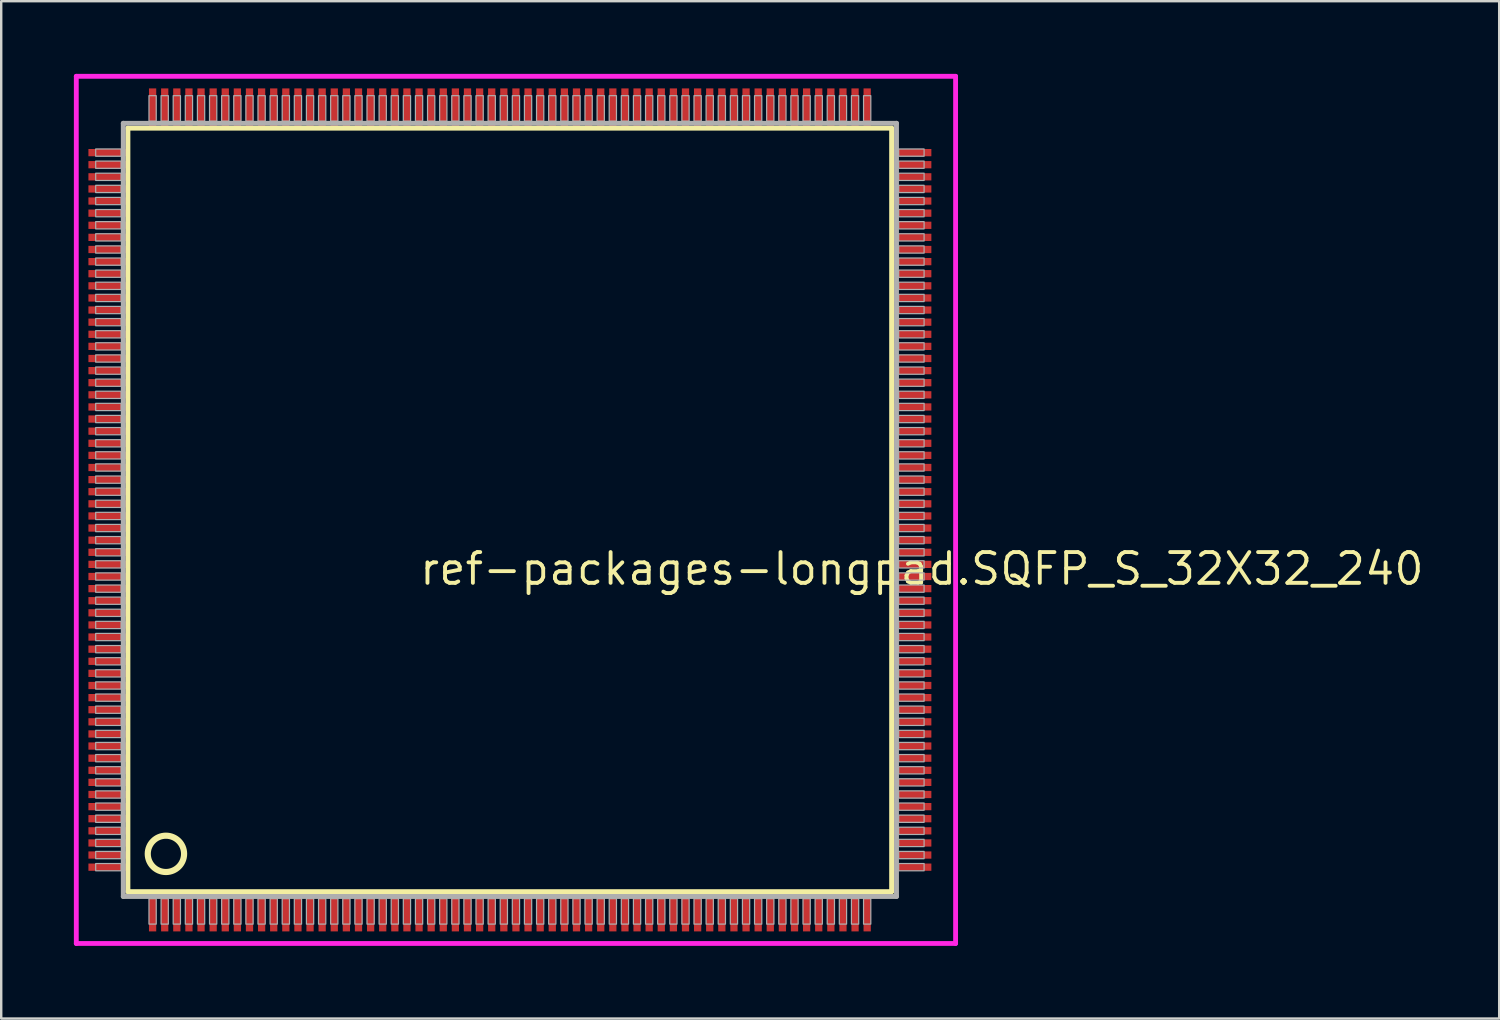
<source format=kicad_pcb>
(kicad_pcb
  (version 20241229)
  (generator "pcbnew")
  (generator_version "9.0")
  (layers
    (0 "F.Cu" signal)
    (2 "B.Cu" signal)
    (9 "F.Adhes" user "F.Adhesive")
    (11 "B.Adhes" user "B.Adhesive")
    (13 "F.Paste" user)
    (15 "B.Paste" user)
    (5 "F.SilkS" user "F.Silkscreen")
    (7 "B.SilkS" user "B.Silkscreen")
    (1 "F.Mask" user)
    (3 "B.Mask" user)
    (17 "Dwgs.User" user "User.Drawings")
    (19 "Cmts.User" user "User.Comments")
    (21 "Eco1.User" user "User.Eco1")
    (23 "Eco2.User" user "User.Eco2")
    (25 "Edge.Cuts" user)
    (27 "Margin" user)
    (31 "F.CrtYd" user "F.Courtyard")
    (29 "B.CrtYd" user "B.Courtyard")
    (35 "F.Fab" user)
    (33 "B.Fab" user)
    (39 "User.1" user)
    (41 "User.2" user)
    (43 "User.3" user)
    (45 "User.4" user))
  (footprint "ref-packages-longpad.SQFP_S_32X32_240"
    (layer "F.Cu")
    (at 18 18)
    (property "Reference" "ref-packages-longpad.SQFP_S_32X32_240" (at -3.81 3.175 0) (layer "F.SilkS") (effects (font (size 1.27 1.27) (thickness 0.16)) (justify left bottom)))
    (attr smd)
    (fp_line (start -15.77 -15.76) (end 15.76 -15.76) (stroke (width 0.203) (type default)) (layer "F.SilkS"))
    (fp_line (start -15.77 15.76) (end -15.77 -15.76) (stroke (width 0.203) (type default)) (layer "F.SilkS"))
    (fp_line (start 15.76 -15.76) (end 15.76 15.76) (stroke (width 0.203) (type default)) (layer "F.SilkS"))
    (fp_line (start 15.76 15.76) (end -15.77 15.76) (stroke (width 0.203) (type default)) (layer "F.SilkS"))
    (fp_circle (center -14.2 14.2) (end -13.45 14.2) (stroke (width 0.254) (type default)) (fill no) (layer "F.SilkS"))
    (fp_line (start -17.9 -17.9) (end 18.4 -17.9) (stroke (width 0.2) (type default)) (layer "F.CrtYd"))
    (fp_line (start -17.9 17.9) (end -17.9 -17.9) (stroke (width 0.2) (type default)) (layer "F.CrtYd"))
    (fp_line (start 18.4 -17.9) (end 18.4 17.9) (stroke (width 0.2) (type default)) (layer "F.CrtYd"))
    (fp_line (start 18.4 17.9) (end -17.9 17.9) (stroke (width 0.2) (type default)) (layer "F.CrtYd"))
    (fp_line (start -15.96 -15.96) (end -15.96 15.96) (stroke (width 0.203) (type default)) (layer "F.Fab"))
    (fp_line (start -15.96 15.96) (end 15.96 15.96) (stroke (width 0.203) (type default)) (layer "F.Fab"))
    (fp_line (start 15.96 -15.96) (end -15.96 -15.96) (stroke (width 0.203) (type default)) (layer "F.Fab"))
    (fp_line (start 15.96 15.96) (end 15.96 -15.96) (stroke (width 0.203) (type default)) (layer "F.Fab"))
    (fp_rect (start -17.1 -14.6) (end -16.05 -14.9) (stroke (width 0.05) (type default)) (fill no) (layer "F.Fab"))
    (fp_rect (start -17.1 -14.1) (end -16.05 -14.4) (stroke (width 0.05) (type default)) (fill no) (layer "F.Fab"))
    (fp_rect (start -17.1 -13.6) (end -16.05 -13.9) (stroke (width 0.05) (type default)) (fill no) (layer "F.Fab"))
    (fp_rect (start -17.1 -13.1) (end -16.05 -13.4) (stroke (width 0.05) (type default)) (fill no) (layer "F.Fab"))
    (fp_rect (start -17.1 -12.6) (end -16.05 -12.9) (stroke (width 0.05) (type default)) (fill no) (layer "F.Fab"))
    (fp_rect (start -17.1 -12.1) (end -16.05 -12.4) (stroke (width 0.05) (type default)) (fill no) (layer "F.Fab"))
    (fp_rect (start -17.1 -11.6) (end -16.05 -11.9) (stroke (width 0.05) (type default)) (fill no) (layer "F.Fab"))
    (fp_rect (start -17.1 -11.1) (end -16.05 -11.4) (stroke (width 0.05) (type default)) (fill no) (layer "F.Fab"))
    (fp_rect (start -17.1 -10.6) (end -16.05 -10.9) (stroke (width 0.05) (type default)) (fill no) (layer "F.Fab"))
    (fp_rect (start -17.1 -10.1) (end -16.05 -10.4) (stroke (width 0.05) (type default)) (fill no) (layer "F.Fab"))
    (fp_rect (start -17.1 -9.6) (end -16.05 -9.9) (stroke (width 0.05) (type default)) (fill no) (layer "F.Fab"))
    (fp_rect (start -17.1 -9.1) (end -16.05 -9.4) (stroke (width 0.05) (type default)) (fill no) (layer "F.Fab"))
    (fp_rect (start -17.1 -8.6) (end -16.05 -8.9) (stroke (width 0.05) (type default)) (fill no) (layer "F.Fab"))
    (fp_rect (start -17.1 -8.1) (end -16.05 -8.4) (stroke (width 0.05) (type default)) (fill no) (layer "F.Fab"))
    (fp_rect (start -17.1 -7.6) (end -16.05 -7.9) (stroke (width 0.05) (type default)) (fill no) (layer "F.Fab"))
    (fp_rect (start -17.1 -7.1) (end -16.05 -7.4) (stroke (width 0.05) (type default)) (fill no) (layer "F.Fab"))
    (fp_rect (start -17.1 -6.6) (end -16.05 -6.9) (stroke (width 0.05) (type default)) (fill no) (layer "F.Fab"))
    (fp_rect (start -17.1 -6.1) (end -16.05 -6.4) (stroke (width 0.05) (type default)) (fill no) (layer "F.Fab"))
    (fp_rect (start -17.1 -5.6) (end -16.05 -5.9) (stroke (width 0.05) (type default)) (fill no) (layer "F.Fab"))
    (fp_rect (start -17.1 -5.1) (end -16.05 -5.4) (stroke (width 0.05) (type default)) (fill no) (layer "F.Fab"))
    (fp_rect (start -17.1 -4.6) (end -16.05 -4.9) (stroke (width 0.05) (type default)) (fill no) (layer "F.Fab"))
    (fp_rect (start -17.1 -4.1) (end -16.05 -4.4) (stroke (width 0.05) (type default)) (fill no) (layer "F.Fab"))
    (fp_rect (start -17.1 -3.6) (end -16.05 -3.9) (stroke (width 0.05) (type default)) (fill no) (layer "F.Fab"))
    (fp_rect (start -17.1 -3.1) (end -16.05 -3.4) (stroke (width 0.05) (type default)) (fill no) (layer "F.Fab"))
    (fp_rect (start -17.1 -2.6) (end -16.05 -2.9) (stroke (width 0.05) (type default)) (fill no) (layer "F.Fab"))
    (fp_rect (start -17.1 -2.1) (end -16.05 -2.4) (stroke (width 0.05) (type default)) (fill no) (layer "F.Fab"))
    (fp_rect (start -17.1 -1.6) (end -16.05 -1.9) (stroke (width 0.05) (type default)) (fill no) (layer "F.Fab"))
    (fp_rect (start -17.1 -1.1) (end -16.05 -1.4) (stroke (width 0.05) (type default)) (fill no) (layer "F.Fab"))
    (fp_rect (start -17.1 -0.6) (end -16.05 -0.9) (stroke (width 0.05) (type default)) (fill no) (layer "F.Fab"))
    (fp_rect (start -17.1 -0.1) (end -16.05 -0.4) (stroke (width 0.05) (type default)) (fill no) (layer "F.Fab"))
    (fp_rect (start -17.1 0.4) (end -16.05 0.1) (stroke (width 0.05) (type default)) (fill no) (layer "F.Fab"))
    (fp_rect (start -17.1 0.9) (end -16.05 0.6) (stroke (width 0.05) (type default)) (fill no) (layer "F.Fab"))
    (fp_rect (start -17.1 1.4) (end -16.05 1.1) (stroke (width 0.05) (type default)) (fill no) (layer "F.Fab"))
    (fp_rect (start -17.1 1.9) (end -16.05 1.6) (stroke (width 0.05) (type default)) (fill no) (layer "F.Fab"))
    (fp_rect (start -17.1 2.4) (end -16.05 2.1) (stroke (width 0.05) (type default)) (fill no) (layer "F.Fab"))
    (fp_rect (start -17.1 2.9) (end -16.05 2.6) (stroke (width 0.05) (type default)) (fill no) (layer "F.Fab"))
    (fp_rect (start -17.1 3.4) (end -16.05 3.1) (stroke (width 0.05) (type default)) (fill no) (layer "F.Fab"))
    (fp_rect (start -17.1 3.9) (end -16.05 3.6) (stroke (width 0.05) (type default)) (fill no) (layer "F.Fab"))
    (fp_rect (start -17.1 4.4) (end -16.05 4.1) (stroke (width 0.05) (type default)) (fill no) (layer "F.Fab"))
    (fp_rect (start -17.1 4.9) (end -16.05 4.6) (stroke (width 0.05) (type default)) (fill no) (layer "F.Fab"))
    (fp_rect (start -17.1 5.4) (end -16.05 5.1) (stroke (width 0.05) (type default)) (fill no) (layer "F.Fab"))
    (fp_rect (start -17.1 5.9) (end -16.05 5.6) (stroke (width 0.05) (type default)) (fill no) (layer "F.Fab"))
    (fp_rect (start -17.1 6.4) (end -16.05 6.1) (stroke (width 0.05) (type default)) (fill no) (layer "F.Fab"))
    (fp_rect (start -17.1 6.9) (end -16.05 6.6) (stroke (width 0.05) (type default)) (fill no) (layer "F.Fab"))
    (fp_rect (start -17.1 7.4) (end -16.05 7.1) (stroke (width 0.05) (type default)) (fill no) (layer "F.Fab"))
    (fp_rect (start -17.1 7.9) (end -16.05 7.6) (stroke (width 0.05) (type default)) (fill no) (layer "F.Fab"))
    (fp_rect (start -17.1 8.4) (end -16.05 8.1) (stroke (width 0.05) (type default)) (fill no) (layer "F.Fab"))
    (fp_rect (start -17.1 8.9) (end -16.05 8.6) (stroke (width 0.05) (type default)) (fill no) (layer "F.Fab"))
    (fp_rect (start -17.1 9.4) (end -16.05 9.1) (stroke (width 0.05) (type default)) (fill no) (layer "F.Fab"))
    (fp_rect (start -17.1 9.9) (end -16.05 9.6) (stroke (width 0.05) (type default)) (fill no) (layer "F.Fab"))
    (fp_rect (start -17.1 10.4) (end -16.05 10.1) (stroke (width 0.05) (type default)) (fill no) (layer "F.Fab"))
    (fp_rect (start -17.1 10.9) (end -16.05 10.6) (stroke (width 0.05) (type default)) (fill no) (layer "F.Fab"))
    (fp_rect (start -17.1 11.4) (end -16.05 11.1) (stroke (width 0.05) (type default)) (fill no) (layer "F.Fab"))
    (fp_rect (start -17.1 11.9) (end -16.05 11.6) (stroke (width 0.05) (type default)) (fill no) (layer "F.Fab"))
    (fp_rect (start -17.1 12.4) (end -16.05 12.1) (stroke (width 0.05) (type default)) (fill no) (layer "F.Fab"))
    (fp_rect (start -17.1 12.9) (end -16.05 12.6) (stroke (width 0.05) (type default)) (fill no) (layer "F.Fab"))
    (fp_rect (start -17.1 13.4) (end -16.05 13.1) (stroke (width 0.05) (type default)) (fill no) (layer "F.Fab"))
    (fp_rect (start -17.1 13.9) (end -16.05 13.6) (stroke (width 0.05) (type default)) (fill no) (layer "F.Fab"))
    (fp_rect (start -17.1 14.4) (end -16.05 14.1) (stroke (width 0.05) (type default)) (fill no) (layer "F.Fab"))
    (fp_rect (start -17.1 14.9) (end -16.05 14.6) (stroke (width 0.05) (type default)) (fill no) (layer "F.Fab"))
    (fp_rect (start -14.9 -16.05) (end -14.6 -17.1) (stroke (width 0.05) (type default)) (fill no) (layer "F.Fab"))
    (fp_rect (start -14.9 17.1) (end -14.6 16.05) (stroke (width 0.05) (type default)) (fill no) (layer "F.Fab"))
    (fp_rect (start -14.4 -16.05) (end -14.1 -17.1) (stroke (width 0.05) (type default)) (fill no) (layer "F.Fab"))
    (fp_rect (start -14.4 17.1) (end -14.1 16.05) (stroke (width 0.05) (type default)) (fill no) (layer "F.Fab"))
    (fp_rect (start -13.9 -16.05) (end -13.6 -17.1) (stroke (width 0.05) (type default)) (fill no) (layer "F.Fab"))
    (fp_rect (start -13.9 17.1) (end -13.6 16.05) (stroke (width 0.05) (type default)) (fill no) (layer "F.Fab"))
    (fp_rect (start -13.4 -16.05) (end -13.1 -17.1) (stroke (width 0.05) (type default)) (fill no) (layer "F.Fab"))
    (fp_rect (start -13.4 17.1) (end -13.1 16.05) (stroke (width 0.05) (type default)) (fill no) (layer "F.Fab"))
    (fp_rect (start -12.9 -16.05) (end -12.6 -17.1) (stroke (width 0.05) (type default)) (fill no) (layer "F.Fab"))
    (fp_rect (start -12.9 17.1) (end -12.6 16.05) (stroke (width 0.05) (type default)) (fill no) (layer "F.Fab"))
    (fp_rect (start -12.4 -16.05) (end -12.1 -17.1) (stroke (width 0.05) (type default)) (fill no) (layer "F.Fab"))
    (fp_rect (start -12.4 17.1) (end -12.1 16.05) (stroke (width 0.05) (type default)) (fill no) (layer "F.Fab"))
    (fp_rect (start -11.9 -16.05) (end -11.6 -17.1) (stroke (width 0.05) (type default)) (fill no) (layer "F.Fab"))
    (fp_rect (start -11.9 17.1) (end -11.6 16.05) (stroke (width 0.05) (type default)) (fill no) (layer "F.Fab"))
    (fp_rect (start -11.4 -16.05) (end -11.1 -17.1) (stroke (width 0.05) (type default)) (fill no) (layer "F.Fab"))
    (fp_rect (start -11.4 17.1) (end -11.1 16.05) (stroke (width 0.05) (type default)) (fill no) (layer "F.Fab"))
    (fp_rect (start -10.9 -16.05) (end -10.6 -17.1) (stroke (width 0.05) (type default)) (fill no) (layer "F.Fab"))
    (fp_rect (start -10.9 17.1) (end -10.6 16.05) (stroke (width 0.05) (type default)) (fill no) (layer "F.Fab"))
    (fp_rect (start -10.4 -16.05) (end -10.1 -17.1) (stroke (width 0.05) (type default)) (fill no) (layer "F.Fab"))
    (fp_rect (start -10.4 17.1) (end -10.1 16.05) (stroke (width 0.05) (type default)) (fill no) (layer "F.Fab"))
    (fp_rect (start -9.9 -16.05) (end -9.6 -17.1) (stroke (width 0.05) (type default)) (fill no) (layer "F.Fab"))
    (fp_rect (start -9.9 17.1) (end -9.6 16.05) (stroke (width 0.05) (type default)) (fill no) (layer "F.Fab"))
    (fp_rect (start -9.4 -16.05) (end -9.1 -17.1) (stroke (width 0.05) (type default)) (fill no) (layer "F.Fab"))
    (fp_rect (start -9.4 17.1) (end -9.1 16.05) (stroke (width 0.05) (type default)) (fill no) (layer "F.Fab"))
    (fp_rect (start -8.9 -16.05) (end -8.6 -17.1) (stroke (width 0.05) (type default)) (fill no) (layer "F.Fab"))
    (fp_rect (start -8.9 17.1) (end -8.6 16.05) (stroke (width 0.05) (type default)) (fill no) (layer "F.Fab"))
    (fp_rect (start -8.4 -16.05) (end -8.1 -17.1) (stroke (width 0.05) (type default)) (fill no) (layer "F.Fab"))
    (fp_rect (start -8.4 17.1) (end -8.1 16.05) (stroke (width 0.05) (type default)) (fill no) (layer "F.Fab"))
    (fp_rect (start -7.9 -16.05) (end -7.6 -17.1) (stroke (width 0.05) (type default)) (fill no) (layer "F.Fab"))
    (fp_rect (start -7.9 17.1) (end -7.6 16.05) (stroke (width 0.05) (type default)) (fill no) (layer "F.Fab"))
    (fp_rect (start -7.4 -16.05) (end -7.1 -17.1) (stroke (width 0.05) (type default)) (fill no) (layer "F.Fab"))
    (fp_rect (start -7.4 17.1) (end -7.1 16.05) (stroke (width 0.05) (type default)) (fill no) (layer "F.Fab"))
    (fp_rect (start -6.9 -16.05) (end -6.6 -17.1) (stroke (width 0.05) (type default)) (fill no) (layer "F.Fab"))
    (fp_rect (start -6.9 17.1) (end -6.6 16.05) (stroke (width 0.05) (type default)) (fill no) (layer "F.Fab"))
    (fp_rect (start -6.4 -16.05) (end -6.1 -17.1) (stroke (width 0.05) (type default)) (fill no) (layer "F.Fab"))
    (fp_rect (start -6.4 17.1) (end -6.1 16.05) (stroke (width 0.05) (type default)) (fill no) (layer "F.Fab"))
    (fp_rect (start -5.9 -16.05) (end -5.6 -17.1) (stroke (width 0.05) (type default)) (fill no) (layer "F.Fab"))
    (fp_rect (start -5.9 17.1) (end -5.6 16.05) (stroke (width 0.05) (type default)) (fill no) (layer "F.Fab"))
    (fp_rect (start -5.4 -16.05) (end -5.1 -17.1) (stroke (width 0.05) (type default)) (fill no) (layer "F.Fab"))
    (fp_rect (start -5.4 17.1) (end -5.1 16.05) (stroke (width 0.05) (type default)) (fill no) (layer "F.Fab"))
    (fp_rect (start -4.9 -16.05) (end -4.6 -17.1) (stroke (width 0.05) (type default)) (fill no) (layer "F.Fab"))
    (fp_rect (start -4.9 17.1) (end -4.6 16.05) (stroke (width 0.05) (type default)) (fill no) (layer "F.Fab"))
    (fp_rect (start -4.4 -16.05) (end -4.1 -17.1) (stroke (width 0.05) (type default)) (fill no) (layer "F.Fab"))
    (fp_rect (start -4.4 17.1) (end -4.1 16.05) (stroke (width 0.05) (type default)) (fill no) (layer "F.Fab"))
    (fp_rect (start -3.9 -16.05) (end -3.6 -17.1) (stroke (width 0.05) (type default)) (fill no) (layer "F.Fab"))
    (fp_rect (start -3.9 17.1) (end -3.6 16.05) (stroke (width 0.05) (type default)) (fill no) (layer "F.Fab"))
    (fp_rect (start -3.4 -16.05) (end -3.1 -17.1) (stroke (width 0.05) (type default)) (fill no) (layer "F.Fab"))
    (fp_rect (start -3.4 17.1) (end -3.1 16.05) (stroke (width 0.05) (type default)) (fill no) (layer "F.Fab"))
    (fp_rect (start -2.9 -16.05) (end -2.6 -17.1) (stroke (width 0.05) (type default)) (fill no) (layer "F.Fab"))
    (fp_rect (start -2.9 17.1) (end -2.6 16.05) (stroke (width 0.05) (type default)) (fill no) (layer "F.Fab"))
    (fp_rect (start -2.4 -16.05) (end -2.1 -17.1) (stroke (width 0.05) (type default)) (fill no) (layer "F.Fab"))
    (fp_rect (start -2.4 17.1) (end -2.1 16.05) (stroke (width 0.05) (type default)) (fill no) (layer "F.Fab"))
    (fp_rect (start -1.9 -16.05) (end -1.6 -17.1) (stroke (width 0.05) (type default)) (fill no) (layer "F.Fab"))
    (fp_rect (start -1.9 17.1) (end -1.6 16.05) (stroke (width 0.05) (type default)) (fill no) (layer "F.Fab"))
    (fp_rect (start -1.4 -16.05) (end -1.1 -17.1) (stroke (width 0.05) (type default)) (fill no) (layer "F.Fab"))
    (fp_rect (start -1.4 17.1) (end -1.1 16.05) (stroke (width 0.05) (type default)) (fill no) (layer "F.Fab"))
    (fp_rect (start -0.9 -16.05) (end -0.6 -17.1) (stroke (width 0.05) (type default)) (fill no) (layer "F.Fab"))
    (fp_rect (start -0.9 17.1) (end -0.6 16.05) (stroke (width 0.05) (type default)) (fill no) (layer "F.Fab"))
    (fp_rect (start -0.4 -16.05) (end -0.1 -17.1) (stroke (width 0.05) (type default)) (fill no) (layer "F.Fab"))
    (fp_rect (start -0.4 17.1) (end -0.1 16.05) (stroke (width 0.05) (type default)) (fill no) (layer "F.Fab"))
    (fp_rect (start 0.1 -16.05) (end 0.4 -17.1) (stroke (width 0.05) (type default)) (fill no) (layer "F.Fab"))
    (fp_rect (start 0.1 17.1) (end 0.4 16.05) (stroke (width 0.05) (type default)) (fill no) (layer "F.Fab"))
    (fp_rect (start 0.6 -16.05) (end 0.9 -17.1) (stroke (width 0.05) (type default)) (fill no) (layer "F.Fab"))
    (fp_rect (start 0.6 17.1) (end 0.9 16.05) (stroke (width 0.05) (type default)) (fill no) (layer "F.Fab"))
    (fp_rect (start 1.1 -16.05) (end 1.4 -17.1) (stroke (width 0.05) (type default)) (fill no) (layer "F.Fab"))
    (fp_rect (start 1.1 17.1) (end 1.4 16.05) (stroke (width 0.05) (type default)) (fill no) (layer "F.Fab"))
    (fp_rect (start 1.6 -16.05) (end 1.9 -17.1) (stroke (width 0.05) (type default)) (fill no) (layer "F.Fab"))
    (fp_rect (start 1.6 17.1) (end 1.9 16.05) (stroke (width 0.05) (type default)) (fill no) (layer "F.Fab"))
    (fp_rect (start 2.1 -16.05) (end 2.4 -17.1) (stroke (width 0.05) (type default)) (fill no) (layer "F.Fab"))
    (fp_rect (start 2.1 17.1) (end 2.4 16.05) (stroke (width 0.05) (type default)) (fill no) (layer "F.Fab"))
    (fp_rect (start 2.6 -16.05) (end 2.9 -17.1) (stroke (width 0.05) (type default)) (fill no) (layer "F.Fab"))
    (fp_rect (start 2.6 17.1) (end 2.9 16.05) (stroke (width 0.05) (type default)) (fill no) (layer "F.Fab"))
    (fp_rect (start 3.1 -16.05) (end 3.4 -17.1) (stroke (width 0.05) (type default)) (fill no) (layer "F.Fab"))
    (fp_rect (start 3.1 17.1) (end 3.4 16.05) (stroke (width 0.05) (type default)) (fill no) (layer "F.Fab"))
    (fp_rect (start 3.6 -16.05) (end 3.9 -17.1) (stroke (width 0.05) (type default)) (fill no) (layer "F.Fab"))
    (fp_rect (start 3.6 17.1) (end 3.9 16.05) (stroke (width 0.05) (type default)) (fill no) (layer "F.Fab"))
    (fp_rect (start 4.1 -16.05) (end 4.4 -17.1) (stroke (width 0.05) (type default)) (fill no) (layer "F.Fab"))
    (fp_rect (start 4.1 17.1) (end 4.4 16.05) (stroke (width 0.05) (type default)) (fill no) (layer "F.Fab"))
    (fp_rect (start 4.6 -16.05) (end 4.9 -17.1) (stroke (width 0.05) (type default)) (fill no) (layer "F.Fab"))
    (fp_rect (start 4.6 17.1) (end 4.9 16.05) (stroke (width 0.05) (type default)) (fill no) (layer "F.Fab"))
    (fp_rect (start 5.1 -16.05) (end 5.4 -17.1) (stroke (width 0.05) (type default)) (fill no) (layer "F.Fab"))
    (fp_rect (start 5.1 17.1) (end 5.4 16.05) (stroke (width 0.05) (type default)) (fill no) (layer "F.Fab"))
    (fp_rect (start 5.6 -16.05) (end 5.9 -17.1) (stroke (width 0.05) (type default)) (fill no) (layer "F.Fab"))
    (fp_rect (start 5.6 17.1) (end 5.9 16.05) (stroke (width 0.05) (type default)) (fill no) (layer "F.Fab"))
    (fp_rect (start 6.1 -16.05) (end 6.4 -17.1) (stroke (width 0.05) (type default)) (fill no) (layer "F.Fab"))
    (fp_rect (start 6.1 17.1) (end 6.4 16.05) (stroke (width 0.05) (type default)) (fill no) (layer "F.Fab"))
    (fp_rect (start 6.6 -16.05) (end 6.9 -17.1) (stroke (width 0.05) (type default)) (fill no) (layer "F.Fab"))
    (fp_rect (start 6.6 17.1) (end 6.9 16.05) (stroke (width 0.05) (type default)) (fill no) (layer "F.Fab"))
    (fp_rect (start 7.1 -16.05) (end 7.4 -17.1) (stroke (width 0.05) (type default)) (fill no) (layer "F.Fab"))
    (fp_rect (start 7.1 17.1) (end 7.4 16.05) (stroke (width 0.05) (type default)) (fill no) (layer "F.Fab"))
    (fp_rect (start 7.6 -16.05) (end 7.9 -17.1) (stroke (width 0.05) (type default)) (fill no) (layer "F.Fab"))
    (fp_rect (start 7.6 17.1) (end 7.9 16.05) (stroke (width 0.05) (type default)) (fill no) (layer "F.Fab"))
    (fp_rect (start 8.1 -16.05) (end 8.4 -17.1) (stroke (width 0.05) (type default)) (fill no) (layer "F.Fab"))
    (fp_rect (start 8.1 17.1) (end 8.4 16.05) (stroke (width 0.05) (type default)) (fill no) (layer "F.Fab"))
    (fp_rect (start 8.6 -16.05) (end 8.9 -17.1) (stroke (width 0.05) (type default)) (fill no) (layer "F.Fab"))
    (fp_rect (start 8.6 17.1) (end 8.9 16.05) (stroke (width 0.05) (type default)) (fill no) (layer "F.Fab"))
    (fp_rect (start 9.1 -16.05) (end 9.4 -17.1) (stroke (width 0.05) (type default)) (fill no) (layer "F.Fab"))
    (fp_rect (start 9.1 17.1) (end 9.4 16.05) (stroke (width 0.05) (type default)) (fill no) (layer "F.Fab"))
    (fp_rect (start 9.6 -16.05) (end 9.9 -17.1) (stroke (width 0.05) (type default)) (fill no) (layer "F.Fab"))
    (fp_rect (start 9.6 17.1) (end 9.9 16.05) (stroke (width 0.05) (type default)) (fill no) (layer "F.Fab"))
    (fp_rect (start 10.1 -16.05) (end 10.4 -17.1) (stroke (width 0.05) (type default)) (fill no) (layer "F.Fab"))
    (fp_rect (start 10.1 17.1) (end 10.4 16.05) (stroke (width 0.05) (type default)) (fill no) (layer "F.Fab"))
    (fp_rect (start 10.6 -16.05) (end 10.9 -17.1) (stroke (width 0.05) (type default)) (fill no) (layer "F.Fab"))
    (fp_rect (start 10.6 17.1) (end 10.9 16.05) (stroke (width 0.05) (type default)) (fill no) (layer "F.Fab"))
    (fp_rect (start 11.1 -16.05) (end 11.4 -17.1) (stroke (width 0.05) (type default)) (fill no) (layer "F.Fab"))
    (fp_rect (start 11.1 17.1) (end 11.4 16.05) (stroke (width 0.05) (type default)) (fill no) (layer "F.Fab"))
    (fp_rect (start 11.6 -16.05) (end 11.9 -17.1) (stroke (width 0.05) (type default)) (fill no) (layer "F.Fab"))
    (fp_rect (start 11.6 17.1) (end 11.9 16.05) (stroke (width 0.05) (type default)) (fill no) (layer "F.Fab"))
    (fp_rect (start 12.1 -16.05) (end 12.4 -17.1) (stroke (width 0.05) (type default)) (fill no) (layer "F.Fab"))
    (fp_rect (start 12.1 17.1) (end 12.4 16.05) (stroke (width 0.05) (type default)) (fill no) (layer "F.Fab"))
    (fp_rect (start 12.6 -16.05) (end 12.9 -17.1) (stroke (width 0.05) (type default)) (fill no) (layer "F.Fab"))
    (fp_rect (start 12.6 17.1) (end 12.9 16.05) (stroke (width 0.05) (type default)) (fill no) (layer "F.Fab"))
    (fp_rect (start 13.1 -16.05) (end 13.4 -17.1) (stroke (width 0.05) (type default)) (fill no) (layer "F.Fab"))
    (fp_rect (start 13.1 17.1) (end 13.4 16.05) (stroke (width 0.05) (type default)) (fill no) (layer "F.Fab"))
    (fp_rect (start 13.6 -16.05) (end 13.9 -17.1) (stroke (width 0.05) (type default)) (fill no) (layer "F.Fab"))
    (fp_rect (start 13.6 17.1) (end 13.9 16.05) (stroke (width 0.05) (type default)) (fill no) (layer "F.Fab"))
    (fp_rect (start 14.1 -16.05) (end 14.4 -17.1) (stroke (width 0.05) (type default)) (fill no) (layer "F.Fab"))
    (fp_rect (start 14.1 17.1) (end 14.4 16.05) (stroke (width 0.05) (type default)) (fill no) (layer "F.Fab"))
    (fp_rect (start 14.6 -16.05) (end 14.9 -17.1) (stroke (width 0.05) (type default)) (fill no) (layer "F.Fab"))
    (fp_rect (start 14.6 17.1) (end 14.9 16.05) (stroke (width 0.05) (type default)) (fill no) (layer "F.Fab"))
    (fp_rect (start 16.05 -14.6) (end 17.1 -14.9) (stroke (width 0.05) (type default)) (fill no) (layer "F.Fab"))
    (fp_rect (start 16.05 -14.1) (end 17.1 -14.4) (stroke (width 0.05) (type default)) (fill no) (layer "F.Fab"))
    (fp_rect (start 16.05 -13.6) (end 17.1 -13.9) (stroke (width 0.05) (type default)) (fill no) (layer "F.Fab"))
    (fp_rect (start 16.05 -13.1) (end 17.1 -13.4) (stroke (width 0.05) (type default)) (fill no) (layer "F.Fab"))
    (fp_rect (start 16.05 -12.6) (end 17.1 -12.9) (stroke (width 0.05) (type default)) (fill no) (layer "F.Fab"))
    (fp_rect (start 16.05 -12.1) (end 17.1 -12.4) (stroke (width 0.05) (type default)) (fill no) (layer "F.Fab"))
    (fp_rect (start 16.05 -11.6) (end 17.1 -11.9) (stroke (width 0.05) (type default)) (fill no) (layer "F.Fab"))
    (fp_rect (start 16.05 -11.1) (end 17.1 -11.4) (stroke (width 0.05) (type default)) (fill no) (layer "F.Fab"))
    (fp_rect (start 16.05 -10.6) (end 17.1 -10.9) (stroke (width 0.05) (type default)) (fill no) (layer "F.Fab"))
    (fp_rect (start 16.05 -10.1) (end 17.1 -10.4) (stroke (width 0.05) (type default)) (fill no) (layer "F.Fab"))
    (fp_rect (start 16.05 -9.6) (end 17.1 -9.9) (stroke (width 0.05) (type default)) (fill no) (layer "F.Fab"))
    (fp_rect (start 16.05 -9.1) (end 17.1 -9.4) (stroke (width 0.05) (type default)) (fill no) (layer "F.Fab"))
    (fp_rect (start 16.05 -8.6) (end 17.1 -8.9) (stroke (width 0.05) (type default)) (fill no) (layer "F.Fab"))
    (fp_rect (start 16.05 -8.1) (end 17.1 -8.4) (stroke (width 0.05) (type default)) (fill no) (layer "F.Fab"))
    (fp_rect (start 16.05 -7.6) (end 17.1 -7.9) (stroke (width 0.05) (type default)) (fill no) (layer "F.Fab"))
    (fp_rect (start 16.05 -7.1) (end 17.1 -7.4) (stroke (width 0.05) (type default)) (fill no) (layer "F.Fab"))
    (fp_rect (start 16.05 -6.6) (end 17.1 -6.9) (stroke (width 0.05) (type default)) (fill no) (layer "F.Fab"))
    (fp_rect (start 16.05 -6.1) (end 17.1 -6.4) (stroke (width 0.05) (type default)) (fill no) (layer "F.Fab"))
    (fp_rect (start 16.05 -5.6) (end 17.1 -5.9) (stroke (width 0.05) (type default)) (fill no) (layer "F.Fab"))
    (fp_rect (start 16.05 -5.1) (end 17.1 -5.4) (stroke (width 0.05) (type default)) (fill no) (layer "F.Fab"))
    (fp_rect (start 16.05 -4.6) (end 17.1 -4.9) (stroke (width 0.05) (type default)) (fill no) (layer "F.Fab"))
    (fp_rect (start 16.05 -4.1) (end 17.1 -4.4) (stroke (width 0.05) (type default)) (fill no) (layer "F.Fab"))
    (fp_rect (start 16.05 -3.6) (end 17.1 -3.9) (stroke (width 0.05) (type default)) (fill no) (layer "F.Fab"))
    (fp_rect (start 16.05 -3.1) (end 17.1 -3.4) (stroke (width 0.05) (type default)) (fill no) (layer "F.Fab"))
    (fp_rect (start 16.05 -2.6) (end 17.1 -2.9) (stroke (width 0.05) (type default)) (fill no) (layer "F.Fab"))
    (fp_rect (start 16.05 -2.1) (end 17.1 -2.4) (stroke (width 0.05) (type default)) (fill no) (layer "F.Fab"))
    (fp_rect (start 16.05 -1.6) (end 17.1 -1.9) (stroke (width 0.05) (type default)) (fill no) (layer "F.Fab"))
    (fp_rect (start 16.05 -1.1) (end 17.1 -1.4) (stroke (width 0.05) (type default)) (fill no) (layer "F.Fab"))
    (fp_rect (start 16.05 -0.6) (end 17.1 -0.9) (stroke (width 0.05) (type default)) (fill no) (layer "F.Fab"))
    (fp_rect (start 16.05 -0.1) (end 17.1 -0.4) (stroke (width 0.05) (type default)) (fill no) (layer "F.Fab"))
    (fp_rect (start 16.05 0.4) (end 17.1 0.1) (stroke (width 0.05) (type default)) (fill no) (layer "F.Fab"))
    (fp_rect (start 16.05 0.9) (end 17.1 0.6) (stroke (width 0.05) (type default)) (fill no) (layer "F.Fab"))
    (fp_rect (start 16.05 1.4) (end 17.1 1.1) (stroke (width 0.05) (type default)) (fill no) (layer "F.Fab"))
    (fp_rect (start 16.05 1.9) (end 17.1 1.6) (stroke (width 0.05) (type default)) (fill no) (layer "F.Fab"))
    (fp_rect (start 16.05 2.4) (end 17.1 2.1) (stroke (width 0.05) (type default)) (fill no) (layer "F.Fab"))
    (fp_rect (start 16.05 2.9) (end 17.1 2.6) (stroke (width 0.05) (type default)) (fill no) (layer "F.Fab"))
    (fp_rect (start 16.05 3.4) (end 17.1 3.1) (stroke (width 0.05) (type default)) (fill no) (layer "F.Fab"))
    (fp_rect (start 16.05 3.9) (end 17.1 3.6) (stroke (width 0.05) (type default)) (fill no) (layer "F.Fab"))
    (fp_rect (start 16.05 4.4) (end 17.1 4.1) (stroke (width 0.05) (type default)) (fill no) (layer "F.Fab"))
    (fp_rect (start 16.05 4.9) (end 17.1 4.6) (stroke (width 0.05) (type default)) (fill no) (layer "F.Fab"))
    (fp_rect (start 16.05 5.4) (end 17.1 5.1) (stroke (width 0.05) (type default)) (fill no) (layer "F.Fab"))
    (fp_rect (start 16.05 5.9) (end 17.1 5.6) (stroke (width 0.05) (type default)) (fill no) (layer "F.Fab"))
    (fp_rect (start 16.05 6.4) (end 17.1 6.1) (stroke (width 0.05) (type default)) (fill no) (layer "F.Fab"))
    (fp_rect (start 16.05 6.9) (end 17.1 6.6) (stroke (width 0.05) (type default)) (fill no) (layer "F.Fab"))
    (fp_rect (start 16.05 7.4) (end 17.1 7.1) (stroke (width 0.05) (type default)) (fill no) (layer "F.Fab"))
    (fp_rect (start 16.05 7.9) (end 17.1 7.6) (stroke (width 0.05) (type default)) (fill no) (layer "F.Fab"))
    (fp_rect (start 16.05 8.4) (end 17.1 8.1) (stroke (width 0.05) (type default)) (fill no) (layer "F.Fab"))
    (fp_rect (start 16.05 8.9) (end 17.1 8.6) (stroke (width 0.05) (type default)) (fill no) (layer "F.Fab"))
    (fp_rect (start 16.05 9.4) (end 17.1 9.1) (stroke (width 0.05) (type default)) (fill no) (layer "F.Fab"))
    (fp_rect (start 16.05 9.9) (end 17.1 9.6) (stroke (width 0.05) (type default)) (fill no) (layer "F.Fab"))
    (fp_rect (start 16.05 10.4) (end 17.1 10.1) (stroke (width 0.05) (type default)) (fill no) (layer "F.Fab"))
    (fp_rect (start 16.05 10.9) (end 17.1 10.6) (stroke (width 0.05) (type default)) (fill no) (layer "F.Fab"))
    (fp_rect (start 16.05 11.4) (end 17.1 11.1) (stroke (width 0.05) (type default)) (fill no) (layer "F.Fab"))
    (fp_rect (start 16.05 11.9) (end 17.1 11.6) (stroke (width 0.05) (type default)) (fill no) (layer "F.Fab"))
    (fp_rect (start 16.05 12.4) (end 17.1 12.1) (stroke (width 0.05) (type default)) (fill no) (layer "F.Fab"))
    (fp_rect (start 16.05 12.9) (end 17.1 12.6) (stroke (width 0.05) (type default)) (fill no) (layer "F.Fab"))
    (fp_rect (start 16.05 13.4) (end 17.1 13.1) (stroke (width 0.05) (type default)) (fill no) (layer "F.Fab"))
    (fp_rect (start 16.05 13.9) (end 17.1 13.6) (stroke (width 0.05) (type default)) (fill no) (layer "F.Fab"))
    (fp_rect (start 16.05 14.4) (end 17.1 14.1) (stroke (width 0.05) (type default)) (fill no) (layer "F.Fab"))
    (fp_rect (start 16.05 14.9) (end 17.1 14.6) (stroke (width 0.05) (type default)) (fill no) (layer "F.Fab"))
    (pad "1" smd roundrect (at -14.75 16.6) (size 0.3 1.6) (layers "F.Cu" "F.Mask" "F.Paste") (roundrect_rratio 0.01))
    (pad "2" smd roundrect (at -14.25 16.6) (size 0.3 1.6) (layers "F.Cu" "F.Mask" "F.Paste") (roundrect_rratio 0.01))
    (pad "3" smd roundrect (at -13.75 16.6) (size 0.3 1.6) (layers "F.Cu" "F.Mask" "F.Paste") (roundrect_rratio 0.01))
    (pad "4" smd roundrect (at -13.25 16.6) (size 0.3 1.6) (layers "F.Cu" "F.Mask" "F.Paste") (roundrect_rratio 0.01))
    (pad "5" smd roundrect (at -12.75 16.6) (size 0.3 1.6) (layers "F.Cu" "F.Mask" "F.Paste") (roundrect_rratio 0.01))
    (pad "6" smd roundrect (at -12.25 16.6) (size 0.3 1.6) (layers "F.Cu" "F.Mask" "F.Paste") (roundrect_rratio 0.01))
    (pad "7" smd roundrect (at -11.75 16.6) (size 0.3 1.6) (layers "F.Cu" "F.Mask" "F.Paste") (roundrect_rratio 0.01))
    (pad "8" smd roundrect (at -11.25 16.6) (size 0.3 1.6) (layers "F.Cu" "F.Mask" "F.Paste") (roundrect_rratio 0.01))
    (pad "9" smd roundrect (at -10.75 16.6) (size 0.3 1.6) (layers "F.Cu" "F.Mask" "F.Paste") (roundrect_rratio 0.01))
    (pad "10" smd roundrect (at -10.25 16.6) (size 0.3 1.6) (layers "F.Cu" "F.Mask" "F.Paste") (roundrect_rratio 0.01))
    (pad "11" smd roundrect (at -9.75 16.6) (size 0.3 1.6) (layers "F.Cu" "F.Mask" "F.Paste") (roundrect_rratio 0.01))
    (pad "12" smd roundrect (at -9.25 16.6) (size 0.3 1.6) (layers "F.Cu" "F.Mask" "F.Paste") (roundrect_rratio 0.01))
    (pad "13" smd roundrect (at -8.75 16.6) (size 0.3 1.6) (layers "F.Cu" "F.Mask" "F.Paste") (roundrect_rratio 0.01))
    (pad "14" smd roundrect (at -8.25 16.6) (size 0.3 1.6) (layers "F.Cu" "F.Mask" "F.Paste") (roundrect_rratio 0.01))
    (pad "15" smd roundrect (at -7.75 16.6) (size 0.3 1.6) (layers "F.Cu" "F.Mask" "F.Paste") (roundrect_rratio 0.01))
    (pad "16" smd roundrect (at -7.25 16.6) (size 0.3 1.6) (layers "F.Cu" "F.Mask" "F.Paste") (roundrect_rratio 0.01))
    (pad "17" smd roundrect (at -6.75 16.6) (size 0.3 1.6) (layers "F.Cu" "F.Mask" "F.Paste") (roundrect_rratio 0.01))
    (pad "18" smd roundrect (at -6.25 16.6) (size 0.3 1.6) (layers "F.Cu" "F.Mask" "F.Paste") (roundrect_rratio 0.01))
    (pad "19" smd roundrect (at -5.75 16.6) (size 0.3 1.6) (layers "F.Cu" "F.Mask" "F.Paste") (roundrect_rratio 0.01))
    (pad "20" smd roundrect (at -5.25 16.6) (size 0.3 1.6) (layers "F.Cu" "F.Mask" "F.Paste") (roundrect_rratio 0.01))
    (pad "21" smd roundrect (at -4.75 16.6) (size 0.3 1.6) (layers "F.Cu" "F.Mask" "F.Paste") (roundrect_rratio 0.01))
    (pad "22" smd roundrect (at -4.25 16.6) (size 0.3 1.6) (layers "F.Cu" "F.Mask" "F.Paste") (roundrect_rratio 0.01))
    (pad "23" smd roundrect (at -3.75 16.6) (size 0.3 1.6) (layers "F.Cu" "F.Mask" "F.Paste") (roundrect_rratio 0.01))
    (pad "24" smd roundrect (at -3.25 16.6) (size 0.3 1.6) (layers "F.Cu" "F.Mask" "F.Paste") (roundrect_rratio 0.01))
    (pad "25" smd roundrect (at -2.75 16.6) (size 0.3 1.6) (layers "F.Cu" "F.Mask" "F.Paste") (roundrect_rratio 0.01))
    (pad "26" smd roundrect (at -2.25 16.6) (size 0.3 1.6) (layers "F.Cu" "F.Mask" "F.Paste") (roundrect_rratio 0.01))
    (pad "27" smd roundrect (at -1.75 16.6) (size 0.3 1.6) (layers "F.Cu" "F.Mask" "F.Paste") (roundrect_rratio 0.01))
    (pad "28" smd roundrect (at -1.25 16.6) (size 0.3 1.6) (layers "F.Cu" "F.Mask" "F.Paste") (roundrect_rratio 0.01))
    (pad "29" smd roundrect (at -0.75 16.6) (size 0.3 1.6) (layers "F.Cu" "F.Mask" "F.Paste") (roundrect_rratio 0.01))
    (pad "30" smd roundrect (at -0.25 16.6) (size 0.3 1.6) (layers "F.Cu" "F.Mask" "F.Paste") (roundrect_rratio 0.01))
    (pad "31" smd roundrect (at 0.25 16.6) (size 0.3 1.6) (layers "F.Cu" "F.Mask" "F.Paste") (roundrect_rratio 0.01))
    (pad "32" smd roundrect (at 0.75 16.6) (size 0.3 1.6) (layers "F.Cu" "F.Mask" "F.Paste") (roundrect_rratio 0.01))
    (pad "33" smd roundrect (at 1.25 16.6) (size 0.3 1.6) (layers "F.Cu" "F.Mask" "F.Paste") (roundrect_rratio 0.01))
    (pad "34" smd roundrect (at 1.75 16.6) (size 0.3 1.6) (layers "F.Cu" "F.Mask" "F.Paste") (roundrect_rratio 0.01))
    (pad "35" smd roundrect (at 2.25 16.6) (size 0.3 1.6) (layers "F.Cu" "F.Mask" "F.Paste") (roundrect_rratio 0.01))
    (pad "36" smd roundrect (at 2.75 16.6) (size 0.3 1.6) (layers "F.Cu" "F.Mask" "F.Paste") (roundrect_rratio 0.01))
    (pad "37" smd roundrect (at 3.25 16.6) (size 0.3 1.6) (layers "F.Cu" "F.Mask" "F.Paste") (roundrect_rratio 0.01))
    (pad "38" smd roundrect (at 3.75 16.6) (size 0.3 1.6) (layers "F.Cu" "F.Mask" "F.Paste") (roundrect_rratio 0.01))
    (pad "39" smd roundrect (at 4.25 16.6) (size 0.3 1.6) (layers "F.Cu" "F.Mask" "F.Paste") (roundrect_rratio 0.01))
    (pad "40" smd roundrect (at 4.75 16.6) (size 0.3 1.6) (layers "F.Cu" "F.Mask" "F.Paste") (roundrect_rratio 0.01))
    (pad "41" smd roundrect (at 5.25 16.6) (size 0.3 1.6) (layers "F.Cu" "F.Mask" "F.Paste") (roundrect_rratio 0.01))
    (pad "42" smd roundrect (at 5.75 16.6) (size 0.3 1.6) (layers "F.Cu" "F.Mask" "F.Paste") (roundrect_rratio 0.01))
    (pad "43" smd roundrect (at 6.25 16.6) (size 0.3 1.6) (layers "F.Cu" "F.Mask" "F.Paste") (roundrect_rratio 0.01))
    (pad "44" smd roundrect (at 6.75 16.6) (size 0.3 1.6) (layers "F.Cu" "F.Mask" "F.Paste") (roundrect_rratio 0.01))
    (pad "45" smd roundrect (at 7.25 16.6) (size 0.3 1.6) (layers "F.Cu" "F.Mask" "F.Paste") (roundrect_rratio 0.01))
    (pad "46" smd roundrect (at 7.75 16.6) (size 0.3 1.6) (layers "F.Cu" "F.Mask" "F.Paste") (roundrect_rratio 0.01))
    (pad "47" smd roundrect (at 8.25 16.6) (size 0.3 1.6) (layers "F.Cu" "F.Mask" "F.Paste") (roundrect_rratio 0.01))
    (pad "48" smd roundrect (at 8.75 16.6) (size 0.3 1.6) (layers "F.Cu" "F.Mask" "F.Paste") (roundrect_rratio 0.01))
    (pad "49" smd roundrect (at 9.25 16.6) (size 0.3 1.6) (layers "F.Cu" "F.Mask" "F.Paste") (roundrect_rratio 0.01))
    (pad "50" smd roundrect (at 9.75 16.6) (size 0.3 1.6) (layers "F.Cu" "F.Mask" "F.Paste") (roundrect_rratio 0.01))
    (pad "51" smd roundrect (at 10.25 16.6) (size 0.3 1.6) (layers "F.Cu" "F.Mask" "F.Paste") (roundrect_rratio 0.01))
    (pad "52" smd roundrect (at 10.75 16.6) (size 0.3 1.6) (layers "F.Cu" "F.Mask" "F.Paste") (roundrect_rratio 0.01))
    (pad "53" smd roundrect (at 11.25 16.6) (size 0.3 1.6) (layers "F.Cu" "F.Mask" "F.Paste") (roundrect_rratio 0.01))
    (pad "54" smd roundrect (at 11.75 16.6) (size 0.3 1.6) (layers "F.Cu" "F.Mask" "F.Paste") (roundrect_rratio 0.01))
    (pad "55" smd roundrect (at 12.25 16.6) (size 0.3 1.6) (layers "F.Cu" "F.Mask" "F.Paste") (roundrect_rratio 0.01))
    (pad "56" smd roundrect (at 12.75 16.6) (size 0.3 1.6) (layers "F.Cu" "F.Mask" "F.Paste") (roundrect_rratio 0.01))
    (pad "57" smd roundrect (at 13.25 16.6) (size 0.3 1.6) (layers "F.Cu" "F.Mask" "F.Paste") (roundrect_rratio 0.01))
    (pad "58" smd roundrect (at 13.75 16.6) (size 0.3 1.6) (layers "F.Cu" "F.Mask" "F.Paste") (roundrect_rratio 0.01))
    (pad "59" smd roundrect (at 14.25 16.6) (size 0.3 1.6) (layers "F.Cu" "F.Mask" "F.Paste") (roundrect_rratio 0.01))
    (pad "60" smd roundrect (at 14.75 16.6) (size 0.3 1.6) (layers "F.Cu" "F.Mask" "F.Paste") (roundrect_rratio 0.01))
    (pad "61" smd roundrect (at 16.6 14.75) (size 1.6 0.3) (layers "F.Cu" "F.Mask" "F.Paste") (roundrect_rratio 0.01))
    (pad "62" smd roundrect (at 16.6 14.25) (size 1.6 0.3) (layers "F.Cu" "F.Mask" "F.Paste") (roundrect_rratio 0.01))
    (pad "63" smd roundrect (at 16.6 13.75) (size 1.6 0.3) (layers "F.Cu" "F.Mask" "F.Paste") (roundrect_rratio 0.01))
    (pad "64" smd roundrect (at 16.6 13.25) (size 1.6 0.3) (layers "F.Cu" "F.Mask" "F.Paste") (roundrect_rratio 0.01))
    (pad "65" smd roundrect (at 16.6 12.75) (size 1.6 0.3) (layers "F.Cu" "F.Mask" "F.Paste") (roundrect_rratio 0.01))
    (pad "66" smd roundrect (at 16.6 12.25) (size 1.6 0.3) (layers "F.Cu" "F.Mask" "F.Paste") (roundrect_rratio 0.01))
    (pad "67" smd roundrect (at 16.6 11.75) (size 1.6 0.3) (layers "F.Cu" "F.Mask" "F.Paste") (roundrect_rratio 0.01))
    (pad "68" smd roundrect (at 16.6 11.25) (size 1.6 0.3) (layers "F.Cu" "F.Mask" "F.Paste") (roundrect_rratio 0.01))
    (pad "69" smd roundrect (at 16.6 10.75) (size 1.6 0.3) (layers "F.Cu" "F.Mask" "F.Paste") (roundrect_rratio 0.01))
    (pad "70" smd roundrect (at 16.6 10.25) (size 1.6 0.3) (layers "F.Cu" "F.Mask" "F.Paste") (roundrect_rratio 0.01))
    (pad "71" smd roundrect (at 16.6 9.75) (size 1.6 0.3) (layers "F.Cu" "F.Mask" "F.Paste") (roundrect_rratio 0.01))
    (pad "72" smd roundrect (at 16.6 9.25) (size 1.6 0.3) (layers "F.Cu" "F.Mask" "F.Paste") (roundrect_rratio 0.01))
    (pad "73" smd roundrect (at 16.6 8.75) (size 1.6 0.3) (layers "F.Cu" "F.Mask" "F.Paste") (roundrect_rratio 0.01))
    (pad "74" smd roundrect (at 16.6 8.25) (size 1.6 0.3) (layers "F.Cu" "F.Mask" "F.Paste") (roundrect_rratio 0.01))
    (pad "75" smd roundrect (at 16.6 7.75) (size 1.6 0.3) (layers "F.Cu" "F.Mask" "F.Paste") (roundrect_rratio 0.01))
    (pad "76" smd roundrect (at 16.6 7.25) (size 1.6 0.3) (layers "F.Cu" "F.Mask" "F.Paste") (roundrect_rratio 0.01))
    (pad "77" smd roundrect (at 16.6 6.75) (size 1.6 0.3) (layers "F.Cu" "F.Mask" "F.Paste") (roundrect_rratio 0.01))
    (pad "78" smd roundrect (at 16.6 6.25) (size 1.6 0.3) (layers "F.Cu" "F.Mask" "F.Paste") (roundrect_rratio 0.01))
    (pad "79" smd roundrect (at 16.6 5.75) (size 1.6 0.3) (layers "F.Cu" "F.Mask" "F.Paste") (roundrect_rratio 0.01))
    (pad "80" smd roundrect (at 16.6 5.25) (size 1.6 0.3) (layers "F.Cu" "F.Mask" "F.Paste") (roundrect_rratio 0.01))
    (pad "81" smd roundrect (at 16.6 4.75) (size 1.6 0.3) (layers "F.Cu" "F.Mask" "F.Paste") (roundrect_rratio 0.01))
    (pad "82" smd roundrect (at 16.6 4.25) (size 1.6 0.3) (layers "F.Cu" "F.Mask" "F.Paste") (roundrect_rratio 0.01))
    (pad "83" smd roundrect (at 16.6 3.75) (size 1.6 0.3) (layers "F.Cu" "F.Mask" "F.Paste") (roundrect_rratio 0.01))
    (pad "84" smd roundrect (at 16.6 3.25) (size 1.6 0.3) (layers "F.Cu" "F.Mask" "F.Paste") (roundrect_rratio 0.01))
    (pad "85" smd roundrect (at 16.6 2.75) (size 1.6 0.3) (layers "F.Cu" "F.Mask" "F.Paste") (roundrect_rratio 0.01))
    (pad "86" smd roundrect (at 16.6 2.25) (size 1.6 0.3) (layers "F.Cu" "F.Mask" "F.Paste") (roundrect_rratio 0.01))
    (pad "87" smd roundrect (at 16.6 1.75) (size 1.6 0.3) (layers "F.Cu" "F.Mask" "F.Paste") (roundrect_rratio 0.01))
    (pad "88" smd roundrect (at 16.6 1.25) (size 1.6 0.3) (layers "F.Cu" "F.Mask" "F.Paste") (roundrect_rratio 0.01))
    (pad "89" smd roundrect (at 16.6 0.75) (size 1.6 0.3) (layers "F.Cu" "F.Mask" "F.Paste") (roundrect_rratio 0.01))
    (pad "90" smd roundrect (at 16.6 0.25) (size 1.6 0.3) (layers "F.Cu" "F.Mask" "F.Paste") (roundrect_rratio 0.01))
    (pad "91" smd roundrect (at 16.6 -0.25) (size 1.6 0.3) (layers "F.Cu" "F.Mask" "F.Paste") (roundrect_rratio 0.01))
    (pad "92" smd roundrect (at 16.6 -0.75) (size 1.6 0.3) (layers "F.Cu" "F.Mask" "F.Paste") (roundrect_rratio 0.01))
    (pad "93" smd roundrect (at 16.6 -1.25) (size 1.6 0.3) (layers "F.Cu" "F.Mask" "F.Paste") (roundrect_rratio 0.01))
    (pad "94" smd roundrect (at 16.6 -1.75) (size 1.6 0.3) (layers "F.Cu" "F.Mask" "F.Paste") (roundrect_rratio 0.01))
    (pad "95" smd roundrect (at 16.6 -2.25) (size 1.6 0.3) (layers "F.Cu" "F.Mask" "F.Paste") (roundrect_rratio 0.01))
    (pad "96" smd roundrect (at 16.6 -2.75) (size 1.6 0.3) (layers "F.Cu" "F.Mask" "F.Paste") (roundrect_rratio 0.01))
    (pad "97" smd roundrect (at 16.6 -3.25) (size 1.6 0.3) (layers "F.Cu" "F.Mask" "F.Paste") (roundrect_rratio 0.01))
    (pad "98" smd roundrect (at 16.6 -3.75) (size 1.6 0.3) (layers "F.Cu" "F.Mask" "F.Paste") (roundrect_rratio 0.01))
    (pad "99" smd roundrect (at 16.6 -4.25) (size 1.6 0.3) (layers "F.Cu" "F.Mask" "F.Paste") (roundrect_rratio 0.01))
    (pad "100" smd roundrect (at 16.6 -4.75) (size 1.6 0.3) (layers "F.Cu" "F.Mask" "F.Paste") (roundrect_rratio 0.01))
    (pad "101" smd roundrect (at 16.6 -5.25) (size 1.6 0.3) (layers "F.Cu" "F.Mask" "F.Paste") (roundrect_rratio 0.01))
    (pad "102" smd roundrect (at 16.6 -5.75) (size 1.6 0.3) (layers "F.Cu" "F.Mask" "F.Paste") (roundrect_rratio 0.01))
    (pad "103" smd roundrect (at 16.6 -6.25) (size 1.6 0.3) (layers "F.Cu" "F.Mask" "F.Paste") (roundrect_rratio 0.01))
    (pad "104" smd roundrect (at 16.6 -6.75) (size 1.6 0.3) (layers "F.Cu" "F.Mask" "F.Paste") (roundrect_rratio 0.01))
    (pad "105" smd roundrect (at 16.6 -7.25) (size 1.6 0.3) (layers "F.Cu" "F.Mask" "F.Paste") (roundrect_rratio 0.01))
    (pad "106" smd roundrect (at 16.6 -7.75) (size 1.6 0.3) (layers "F.Cu" "F.Mask" "F.Paste") (roundrect_rratio 0.01))
    (pad "107" smd roundrect (at 16.6 -8.25) (size 1.6 0.3) (layers "F.Cu" "F.Mask" "F.Paste") (roundrect_rratio 0.01))
    (pad "108" smd roundrect (at 16.6 -8.75) (size 1.6 0.3) (layers "F.Cu" "F.Mask" "F.Paste") (roundrect_rratio 0.01))
    (pad "109" smd roundrect (at 16.6 -9.25) (size 1.6 0.3) (layers "F.Cu" "F.Mask" "F.Paste") (roundrect_rratio 0.01))
    (pad "110" smd roundrect (at 16.6 -9.75) (size 1.6 0.3) (layers "F.Cu" "F.Mask" "F.Paste") (roundrect_rratio 0.01))
    (pad "111" smd roundrect (at 16.6 -10.25) (size 1.6 0.3) (layers "F.Cu" "F.Mask" "F.Paste") (roundrect_rratio 0.01))
    (pad "112" smd roundrect (at 16.6 -10.75) (size 1.6 0.3) (layers "F.Cu" "F.Mask" "F.Paste") (roundrect_rratio 0.01))
    (pad "113" smd roundrect (at 16.6 -11.25) (size 1.6 0.3) (layers "F.Cu" "F.Mask" "F.Paste") (roundrect_rratio 0.01))
    (pad "114" smd roundrect (at 16.6 -11.75) (size 1.6 0.3) (layers "F.Cu" "F.Mask" "F.Paste") (roundrect_rratio 0.01))
    (pad "115" smd roundrect (at 16.6 -12.25) (size 1.6 0.3) (layers "F.Cu" "F.Mask" "F.Paste") (roundrect_rratio 0.01))
    (pad "116" smd roundrect (at 16.6 -12.75) (size 1.6 0.3) (layers "F.Cu" "F.Mask" "F.Paste") (roundrect_rratio 0.01))
    (pad "117" smd roundrect (at 16.6 -13.25) (size 1.6 0.3) (layers "F.Cu" "F.Mask" "F.Paste") (roundrect_rratio 0.01))
    (pad "118" smd roundrect (at 16.6 -13.75) (size 1.6 0.3) (layers "F.Cu" "F.Mask" "F.Paste") (roundrect_rratio 0.01))
    (pad "119" smd roundrect (at 16.6 -14.25) (size 1.6 0.3) (layers "F.Cu" "F.Mask" "F.Paste") (roundrect_rratio 0.01))
    (pad "120" smd roundrect (at 16.6 -14.75) (size 1.6 0.3) (layers "F.Cu" "F.Mask" "F.Paste") (roundrect_rratio 0.01))
    (pad "121" smd roundrect (at 14.75 -16.6) (size 0.3 1.6) (layers "F.Cu" "F.Mask" "F.Paste") (roundrect_rratio 0.01))
    (pad "122" smd roundrect (at 14.25 -16.6) (size 0.3 1.6) (layers "F.Cu" "F.Mask" "F.Paste") (roundrect_rratio 0.01))
    (pad "123" smd roundrect (at 13.75 -16.6) (size 0.3 1.6) (layers "F.Cu" "F.Mask" "F.Paste") (roundrect_rratio 0.01))
    (pad "124" smd roundrect (at 13.25 -16.6) (size 0.3 1.6) (layers "F.Cu" "F.Mask" "F.Paste") (roundrect_rratio 0.01))
    (pad "125" smd roundrect (at 12.75 -16.6) (size 0.3 1.6) (layers "F.Cu" "F.Mask" "F.Paste") (roundrect_rratio 0.01))
    (pad "126" smd roundrect (at 12.25 -16.6) (size 0.3 1.6) (layers "F.Cu" "F.Mask" "F.Paste") (roundrect_rratio 0.01))
    (pad "127" smd roundrect (at 11.75 -16.6) (size 0.3 1.6) (layers "F.Cu" "F.Mask" "F.Paste") (roundrect_rratio 0.01))
    (pad "128" smd roundrect (at 11.25 -16.6) (size 0.3 1.6) (layers "F.Cu" "F.Mask" "F.Paste") (roundrect_rratio 0.01))
    (pad "129" smd roundrect (at 10.75 -16.6) (size 0.3 1.6) (layers "F.Cu" "F.Mask" "F.Paste") (roundrect_rratio 0.01))
    (pad "130" smd roundrect (at 10.25 -16.6) (size 0.3 1.6) (layers "F.Cu" "F.Mask" "F.Paste") (roundrect_rratio 0.01))
    (pad "131" smd roundrect (at 9.75 -16.6) (size 0.3 1.6) (layers "F.Cu" "F.Mask" "F.Paste") (roundrect_rratio 0.01))
    (pad "132" smd roundrect (at 9.25 -16.6) (size 0.3 1.6) (layers "F.Cu" "F.Mask" "F.Paste") (roundrect_rratio 0.01))
    (pad "133" smd roundrect (at 8.75 -16.6) (size 0.3 1.6) (layers "F.Cu" "F.Mask" "F.Paste") (roundrect_rratio 0.01))
    (pad "134" smd roundrect (at 8.25 -16.6) (size 0.3 1.6) (layers "F.Cu" "F.Mask" "F.Paste") (roundrect_rratio 0.01))
    (pad "135" smd roundrect (at 7.75 -16.6) (size 0.3 1.6) (layers "F.Cu" "F.Mask" "F.Paste") (roundrect_rratio 0.01))
    (pad "136" smd roundrect (at 7.25 -16.6) (size 0.3 1.6) (layers "F.Cu" "F.Mask" "F.Paste") (roundrect_rratio 0.01))
    (pad "137" smd roundrect (at 6.75 -16.6) (size 0.3 1.6) (layers "F.Cu" "F.Mask" "F.Paste") (roundrect_rratio 0.01))
    (pad "138" smd roundrect (at 6.25 -16.6) (size 0.3 1.6) (layers "F.Cu" "F.Mask" "F.Paste") (roundrect_rratio 0.01))
    (pad "139" smd roundrect (at 5.75 -16.6) (size 0.3 1.6) (layers "F.Cu" "F.Mask" "F.Paste") (roundrect_rratio 0.01))
    (pad "140" smd roundrect (at 5.25 -16.6) (size 0.3 1.6) (layers "F.Cu" "F.Mask" "F.Paste") (roundrect_rratio 0.01))
    (pad "141" smd roundrect (at 4.75 -16.6) (size 0.3 1.6) (layers "F.Cu" "F.Mask" "F.Paste") (roundrect_rratio 0.01))
    (pad "142" smd roundrect (at 4.25 -16.6) (size 0.3 1.6) (layers "F.Cu" "F.Mask" "F.Paste") (roundrect_rratio 0.01))
    (pad "143" smd roundrect (at 3.75 -16.6) (size 0.3 1.6) (layers "F.Cu" "F.Mask" "F.Paste") (roundrect_rratio 0.01))
    (pad "144" smd roundrect (at 3.25 -16.6) (size 0.3 1.6) (layers "F.Cu" "F.Mask" "F.Paste") (roundrect_rratio 0.01))
    (pad "145" smd roundrect (at 2.75 -16.6) (size 0.3 1.6) (layers "F.Cu" "F.Mask" "F.Paste") (roundrect_rratio 0.01))
    (pad "146" smd roundrect (at 2.25 -16.6) (size 0.3 1.6) (layers "F.Cu" "F.Mask" "F.Paste") (roundrect_rratio 0.01))
    (pad "147" smd roundrect (at 1.75 -16.6) (size 0.3 1.6) (layers "F.Cu" "F.Mask" "F.Paste") (roundrect_rratio 0.01))
    (pad "148" smd roundrect (at 1.25 -16.6) (size 0.3 1.6) (layers "F.Cu" "F.Mask" "F.Paste") (roundrect_rratio 0.01))
    (pad "149" smd roundrect (at 0.75 -16.6) (size 0.3 1.6) (layers "F.Cu" "F.Mask" "F.Paste") (roundrect_rratio 0.01))
    (pad "150" smd roundrect (at 0.25 -16.6) (size 0.3 1.6) (layers "F.Cu" "F.Mask" "F.Paste") (roundrect_rratio 0.01))
    (pad "151" smd roundrect (at -0.25 -16.6) (size 0.3 1.6) (layers "F.Cu" "F.Mask" "F.Paste") (roundrect_rratio 0.01))
    (pad "152" smd roundrect (at -0.75 -16.6) (size 0.3 1.6) (layers "F.Cu" "F.Mask" "F.Paste") (roundrect_rratio 0.01))
    (pad "153" smd roundrect (at -1.25 -16.6) (size 0.3 1.6) (layers "F.Cu" "F.Mask" "F.Paste") (roundrect_rratio 0.01))
    (pad "154" smd roundrect (at -1.75 -16.6) (size 0.3 1.6) (layers "F.Cu" "F.Mask" "F.Paste") (roundrect_rratio 0.01))
    (pad "155" smd roundrect (at -2.25 -16.6) (size 0.3 1.6) (layers "F.Cu" "F.Mask" "F.Paste") (roundrect_rratio 0.01))
    (pad "156" smd roundrect (at -2.75 -16.6) (size 0.3 1.6) (layers "F.Cu" "F.Mask" "F.Paste") (roundrect_rratio 0.01))
    (pad "157" smd roundrect (at -3.25 -16.6) (size 0.3 1.6) (layers "F.Cu" "F.Mask" "F.Paste") (roundrect_rratio 0.01))
    (pad "158" smd roundrect (at -3.75 -16.6) (size 0.3 1.6) (layers "F.Cu" "F.Mask" "F.Paste") (roundrect_rratio 0.01))
    (pad "159" smd roundrect (at -4.25 -16.6) (size 0.3 1.6) (layers "F.Cu" "F.Mask" "F.Paste") (roundrect_rratio 0.01))
    (pad "160" smd roundrect (at -4.75 -16.6) (size 0.3 1.6) (layers "F.Cu" "F.Mask" "F.Paste") (roundrect_rratio 0.01))
    (pad "161" smd roundrect (at -5.25 -16.6) (size 0.3 1.6) (layers "F.Cu" "F.Mask" "F.Paste") (roundrect_rratio 0.01))
    (pad "162" smd roundrect (at -5.75 -16.6) (size 0.3 1.6) (layers "F.Cu" "F.Mask" "F.Paste") (roundrect_rratio 0.01))
    (pad "163" smd roundrect (at -6.25 -16.6) (size 0.3 1.6) (layers "F.Cu" "F.Mask" "F.Paste") (roundrect_rratio 0.01))
    (pad "164" smd roundrect (at -6.75 -16.6) (size 0.3 1.6) (layers "F.Cu" "F.Mask" "F.Paste") (roundrect_rratio 0.01))
    (pad "165" smd roundrect (at -7.25 -16.6) (size 0.3 1.6) (layers "F.Cu" "F.Mask" "F.Paste") (roundrect_rratio 0.01))
    (pad "166" smd roundrect (at -7.75 -16.6) (size 0.3 1.6) (layers "F.Cu" "F.Mask" "F.Paste") (roundrect_rratio 0.01))
    (pad "167" smd roundrect (at -8.25 -16.6) (size 0.3 1.6) (layers "F.Cu" "F.Mask" "F.Paste") (roundrect_rratio 0.01))
    (pad "168" smd roundrect (at -8.75 -16.6) (size 0.3 1.6) (layers "F.Cu" "F.Mask" "F.Paste") (roundrect_rratio 0.01))
    (pad "169" smd roundrect (at -9.25 -16.6) (size 0.3 1.6) (layers "F.Cu" "F.Mask" "F.Paste") (roundrect_rratio 0.01))
    (pad "170" smd roundrect (at -9.75 -16.6) (size 0.3 1.6) (layers "F.Cu" "F.Mask" "F.Paste") (roundrect_rratio 0.01))
    (pad "171" smd roundrect (at -10.25 -16.6) (size 0.3 1.6) (layers "F.Cu" "F.Mask" "F.Paste") (roundrect_rratio 0.01))
    (pad "172" smd roundrect (at -10.75 -16.6) (size 0.3 1.6) (layers "F.Cu" "F.Mask" "F.Paste") (roundrect_rratio 0.01))
    (pad "173" smd roundrect (at -11.25 -16.6) (size 0.3 1.6) (layers "F.Cu" "F.Mask" "F.Paste") (roundrect_rratio 0.01))
    (pad "174" smd roundrect (at -11.75 -16.6) (size 0.3 1.6) (layers "F.Cu" "F.Mask" "F.Paste") (roundrect_rratio 0.01))
    (pad "175" smd roundrect (at -12.25 -16.6) (size 0.3 1.6) (layers "F.Cu" "F.Mask" "F.Paste") (roundrect_rratio 0.01))
    (pad "176" smd roundrect (at -12.75 -16.6) (size 0.3 1.6) (layers "F.Cu" "F.Mask" "F.Paste") (roundrect_rratio 0.01))
    (pad "177" smd roundrect (at -13.25 -16.6) (size 0.3 1.6) (layers "F.Cu" "F.Mask" "F.Paste") (roundrect_rratio 0.01))
    (pad "178" smd roundrect (at -13.75 -16.6) (size 0.3 1.6) (layers "F.Cu" "F.Mask" "F.Paste") (roundrect_rratio 0.01))
    (pad "179" smd roundrect (at -14.25 -16.6) (size 0.3 1.6) (layers "F.Cu" "F.Mask" "F.Paste") (roundrect_rratio 0.01))
    (pad "180" smd roundrect (at -14.75 -16.6) (size 0.3 1.6) (layers "F.Cu" "F.Mask" "F.Paste") (roundrect_rratio 0.01))
    (pad "181" smd roundrect (at -16.6 -14.75) (size 1.6 0.3) (layers "F.Cu" "F.Mask" "F.Paste") (roundrect_rratio 0.01))
    (pad "182" smd roundrect (at -16.6 -14.25) (size 1.6 0.3) (layers "F.Cu" "F.Mask" "F.Paste") (roundrect_rratio 0.01))
    (pad "183" smd roundrect (at -16.6 -13.75) (size 1.6 0.3) (layers "F.Cu" "F.Mask" "F.Paste") (roundrect_rratio 0.01))
    (pad "184" smd roundrect (at -16.6 -13.25) (size 1.6 0.3) (layers "F.Cu" "F.Mask" "F.Paste") (roundrect_rratio 0.01))
    (pad "185" smd roundrect (at -16.6 -12.75) (size 1.6 0.3) (layers "F.Cu" "F.Mask" "F.Paste") (roundrect_rratio 0.01))
    (pad "186" smd roundrect (at -16.6 -12.25) (size 1.6 0.3) (layers "F.Cu" "F.Mask" "F.Paste") (roundrect_rratio 0.01))
    (pad "187" smd roundrect (at -16.6 -11.75) (size 1.6 0.3) (layers "F.Cu" "F.Mask" "F.Paste") (roundrect_rratio 0.01))
    (pad "188" smd roundrect (at -16.6 -11.25) (size 1.6 0.3) (layers "F.Cu" "F.Mask" "F.Paste") (roundrect_rratio 0.01))
    (pad "189" smd roundrect (at -16.6 -10.75) (size 1.6 0.3) (layers "F.Cu" "F.Mask" "F.Paste") (roundrect_rratio 0.01))
    (pad "190" smd roundrect (at -16.6 -10.25) (size 1.6 0.3) (layers "F.Cu" "F.Mask" "F.Paste") (roundrect_rratio 0.01))
    (pad "191" smd roundrect (at -16.6 -9.75) (size 1.6 0.3) (layers "F.Cu" "F.Mask" "F.Paste") (roundrect_rratio 0.01))
    (pad "192" smd roundrect (at -16.6 -9.25) (size 1.6 0.3) (layers "F.Cu" "F.Mask" "F.Paste") (roundrect_rratio 0.01))
    (pad "193" smd roundrect (at -16.6 -8.75) (size 1.6 0.3) (layers "F.Cu" "F.Mask" "F.Paste") (roundrect_rratio 0.01))
    (pad "194" smd roundrect (at -16.6 -8.25) (size 1.6 0.3) (layers "F.Cu" "F.Mask" "F.Paste") (roundrect_rratio 0.01))
    (pad "195" smd roundrect (at -16.6 -7.75) (size 1.6 0.3) (layers "F.Cu" "F.Mask" "F.Paste") (roundrect_rratio 0.01))
    (pad "196" smd roundrect (at -16.6 -7.25) (size 1.6 0.3) (layers "F.Cu" "F.Mask" "F.Paste") (roundrect_rratio 0.01))
    (pad "197" smd roundrect (at -16.6 -6.75) (size 1.6 0.3) (layers "F.Cu" "F.Mask" "F.Paste") (roundrect_rratio 0.01))
    (pad "198" smd roundrect (at -16.6 -6.25) (size 1.6 0.3) (layers "F.Cu" "F.Mask" "F.Paste") (roundrect_rratio 0.01))
    (pad "199" smd roundrect (at -16.6 -5.75) (size 1.6 0.3) (layers "F.Cu" "F.Mask" "F.Paste") (roundrect_rratio 0.01))
    (pad "200" smd roundrect (at -16.6 -5.25) (size 1.6 0.3) (layers "F.Cu" "F.Mask" "F.Paste") (roundrect_rratio 0.01))
    (pad "201" smd roundrect (at -16.6 -4.75) (size 1.6 0.3) (layers "F.Cu" "F.Mask" "F.Paste") (roundrect_rratio 0.01))
    (pad "202" smd roundrect (at -16.6 -4.25) (size 1.6 0.3) (layers "F.Cu" "F.Mask" "F.Paste") (roundrect_rratio 0.01))
    (pad "203" smd roundrect (at -16.6 -3.75) (size 1.6 0.3) (layers "F.Cu" "F.Mask" "F.Paste") (roundrect_rratio 0.01))
    (pad "204" smd roundrect (at -16.6 -3.25) (size 1.6 0.3) (layers "F.Cu" "F.Mask" "F.Paste") (roundrect_rratio 0.01))
    (pad "205" smd roundrect (at -16.6 -2.75) (size 1.6 0.3) (layers "F.Cu" "F.Mask" "F.Paste") (roundrect_rratio 0.01))
    (pad "206" smd roundrect (at -16.6 -2.25) (size 1.6 0.3) (layers "F.Cu" "F.Mask" "F.Paste") (roundrect_rratio 0.01))
    (pad "207" smd roundrect (at -16.6 -1.75) (size 1.6 0.3) (layers "F.Cu" "F.Mask" "F.Paste") (roundrect_rratio 0.01))
    (pad "208" smd roundrect (at -16.6 -1.25) (size 1.6 0.3) (layers "F.Cu" "F.Mask" "F.Paste") (roundrect_rratio 0.01))
    (pad "209" smd roundrect (at -16.6 -0.75) (size 1.6 0.3) (layers "F.Cu" "F.Mask" "F.Paste") (roundrect_rratio 0.01))
    (pad "210" smd roundrect (at -16.6 -0.25) (size 1.6 0.3) (layers "F.Cu" "F.Mask" "F.Paste") (roundrect_rratio 0.01))
    (pad "211" smd roundrect (at -16.6 0.25) (size 1.6 0.3) (layers "F.Cu" "F.Mask" "F.Paste") (roundrect_rratio 0.01))
    (pad "212" smd roundrect (at -16.6 0.75) (size 1.6 0.3) (layers "F.Cu" "F.Mask" "F.Paste") (roundrect_rratio 0.01))
    (pad "213" smd roundrect (at -16.6 1.25) (size 1.6 0.3) (layers "F.Cu" "F.Mask" "F.Paste") (roundrect_rratio 0.01))
    (pad "214" smd roundrect (at -16.6 1.75) (size 1.6 0.3) (layers "F.Cu" "F.Mask" "F.Paste") (roundrect_rratio 0.01))
    (pad "215" smd roundrect (at -16.6 2.25) (size 1.6 0.3) (layers "F.Cu" "F.Mask" "F.Paste") (roundrect_rratio 0.01))
    (pad "216" smd roundrect (at -16.6 2.75) (size 1.6 0.3) (layers "F.Cu" "F.Mask" "F.Paste") (roundrect_rratio 0.01))
    (pad "217" smd roundrect (at -16.6 3.25) (size 1.6 0.3) (layers "F.Cu" "F.Mask" "F.Paste") (roundrect_rratio 0.01))
    (pad "218" smd roundrect (at -16.6 3.75) (size 1.6 0.3) (layers "F.Cu" "F.Mask" "F.Paste") (roundrect_rratio 0.01))
    (pad "219" smd roundrect (at -16.6 4.25) (size 1.6 0.3) (layers "F.Cu" "F.Mask" "F.Paste") (roundrect_rratio 0.01))
    (pad "220" smd roundrect (at -16.6 4.75) (size 1.6 0.3) (layers "F.Cu" "F.Mask" "F.Paste") (roundrect_rratio 0.01))
    (pad "221" smd roundrect (at -16.6 5.25) (size 1.6 0.3) (layers "F.Cu" "F.Mask" "F.Paste") (roundrect_rratio 0.01))
    (pad "222" smd roundrect (at -16.6 5.75) (size 1.6 0.3) (layers "F.Cu" "F.Mask" "F.Paste") (roundrect_rratio 0.01))
    (pad "223" smd roundrect (at -16.6 6.25) (size 1.6 0.3) (layers "F.Cu" "F.Mask" "F.Paste") (roundrect_rratio 0.01))
    (pad "224" smd roundrect (at -16.6 6.75) (size 1.6 0.3) (layers "F.Cu" "F.Mask" "F.Paste") (roundrect_rratio 0.01))
    (pad "225" smd roundrect (at -16.6 7.25) (size 1.6 0.3) (layers "F.Cu" "F.Mask" "F.Paste") (roundrect_rratio 0.01))
    (pad "226" smd roundrect (at -16.6 7.75) (size 1.6 0.3) (layers "F.Cu" "F.Mask" "F.Paste") (roundrect_rratio 0.01))
    (pad "227" smd roundrect (at -16.6 8.25) (size 1.6 0.3) (layers "F.Cu" "F.Mask" "F.Paste") (roundrect_rratio 0.01))
    (pad "228" smd roundrect (at -16.6 8.75) (size 1.6 0.3) (layers "F.Cu" "F.Mask" "F.Paste") (roundrect_rratio 0.01))
    (pad "229" smd roundrect (at -16.6 9.25) (size 1.6 0.3) (layers "F.Cu" "F.Mask" "F.Paste") (roundrect_rratio 0.01))
    (pad "230" smd roundrect (at -16.6 9.75) (size 1.6 0.3) (layers "F.Cu" "F.Mask" "F.Paste") (roundrect_rratio 0.01))
    (pad "231" smd roundrect (at -16.6 10.25) (size 1.6 0.3) (layers "F.Cu" "F.Mask" "F.Paste") (roundrect_rratio 0.01))
    (pad "232" smd roundrect (at -16.6 10.75) (size 1.6 0.3) (layers "F.Cu" "F.Mask" "F.Paste") (roundrect_rratio 0.01))
    (pad "233" smd roundrect (at -16.6 11.25) (size 1.6 0.3) (layers "F.Cu" "F.Mask" "F.Paste") (roundrect_rratio 0.01))
    (pad "234" smd roundrect (at -16.6 11.75) (size 1.6 0.3) (layers "F.Cu" "F.Mask" "F.Paste") (roundrect_rratio 0.01))
    (pad "235" smd roundrect (at -16.6 12.25) (size 1.6 0.3) (layers "F.Cu" "F.Mask" "F.Paste") (roundrect_rratio 0.01))
    (pad "236" smd roundrect (at -16.6 12.75) (size 1.6 0.3) (layers "F.Cu" "F.Mask" "F.Paste") (roundrect_rratio 0.01))
    (pad "237" smd roundrect (at -16.6 13.25) (size 1.6 0.3) (layers "F.Cu" "F.Mask" "F.Paste") (roundrect_rratio 0.01))
    (pad "238" smd roundrect (at -16.6 13.75) (size 1.6 0.3) (layers "F.Cu" "F.Mask" "F.Paste") (roundrect_rratio 0.01))
    (pad "239" smd roundrect (at -16.6 14.25) (size 1.6 0.3) (layers "F.Cu" "F.Mask" "F.Paste") (roundrect_rratio 0.01))
    (pad "240" smd roundrect (at -16.6 14.75) (size 1.6 0.3) (layers "F.Cu" "F.Mask" "F.Paste") (roundrect_rratio 0.01)))
  (gr_rect
    (start -3 -3)
    (end 58.842 39)
    (stroke (width 0.1) (type default))
    (fill no)
    (layer "Edge.Cuts")))
</source>
